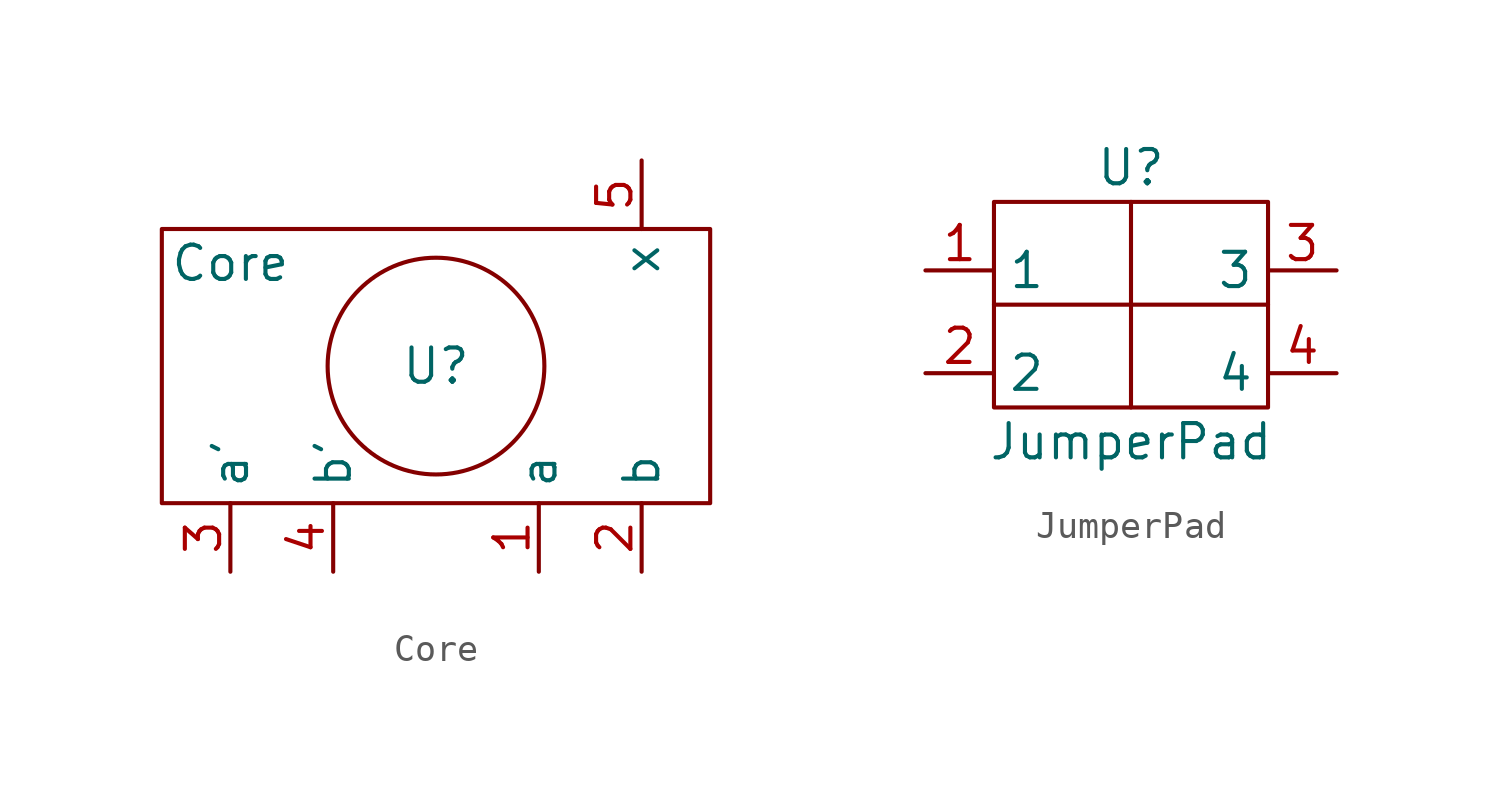
<source format=kicad_sym>
(kicad_symbol_lib
  (version 20211014)
  (generator kicad_symbol_editor)
  (symbol "Core"
    (property "Reference" "U"
      (at 0 0 0)
      (effects (font (size 1.27 1.27))))
    (property "Value" "Core"
      (at -7.62 3.81 0)
      (effects (font (size 1.27 1.27))))
    (symbol "Core_0_1"
      (rectangle (start -10.16 5.08) (end 10.16 -5.08) (stroke (width 0) (type default) (color 0 0 0 0)) (fill (type none)))
      (circle (center 0 0) (radius 4.016) (stroke (width 0) (type default) (color 0 0 0 0)) (fill (type none))))
    (symbol "Core_1_1"
      (pin input line (at 3.81 -7.62 90) (length 2.54) (name "a" (effects (font (size 1.27 1.27)))) (number "1" (effects (font (size 1.27 1.27)))))
      (pin input line (at 7.62 -7.62 90) (length 2.54) (name "b" (effects (font (size 1.27 1.27)))) (number "2" (effects (font (size 1.27 1.27)))))
      (pin output line (at -7.62 -7.62 90) (length 2.54) (name "a'" (effects (font (size 1.27 1.27)))) (number "3" (effects (font (size 1.27 1.27)))))
      (pin output line (at -3.81 -7.62 90) (length 2.54) (name "b'" (effects (font (size 1.27 1.27)))) (number "4" (effects (font (size 1.27 1.27)))))
      (pin output line (at 7.62 7.62 270) (length 2.54) (name "x" (effects (font (size 1.27 1.27)))) (number "5" (effects (font (size 1.27 1.27)))))))
  (symbol "JumperPad"
    (property "Reference" "U"
      (at 8.89 -5.08 0)
      (effects (font (size 1.27 1.27))))
    (property "Value" "JumperPad"
      (at 8.89 -15.24 0)
      (effects (font (size 1.27 1.27))))
    (symbol "JumperPad_0_1"
      (polyline (pts (xy 3.81 -10.16) (xy 13.97 -10.16)) (stroke (width 0) (type default) (color 0 0 0 0)) (fill (type none)))
      (polyline (pts (xy 8.89 -13.97) (xy 8.89 -6.35)) (stroke (width 0) (type default) (color 0 0 0 0)) (fill (type none)))
      (rectangle (start 3.81 -6.35) (end 13.97 -13.97) (stroke (width 0) (type default) (color 0 0 0 0)) (fill (type none))))
    (symbol "JumperPad_1_1"
      (pin input line (at 1.27 -8.89 0) (length 2.54) (name "1" (effects (font (size 1.27 1.27)))) (number "1" (effects (font (size 1.27 1.27)))))
      (pin input line (at 1.27 -12.7 0) (length 2.54) (name "2" (effects (font (size 1.27 1.27)))) (number "2" (effects (font (size 1.27 1.27)))))
      (pin output line (at 16.51 -8.89 180) (length 2.54) (name "3" (effects (font (size 1.27 1.27)))) (number "3" (effects (font (size 1.27 1.27)))))
      (pin output line (at 16.51 -12.7 180) (length 2.54) (name "4" (effects (font (size 1.27 1.27)))) (number "4" (effects (font (size 1.27 1.27))))))))
</source>
